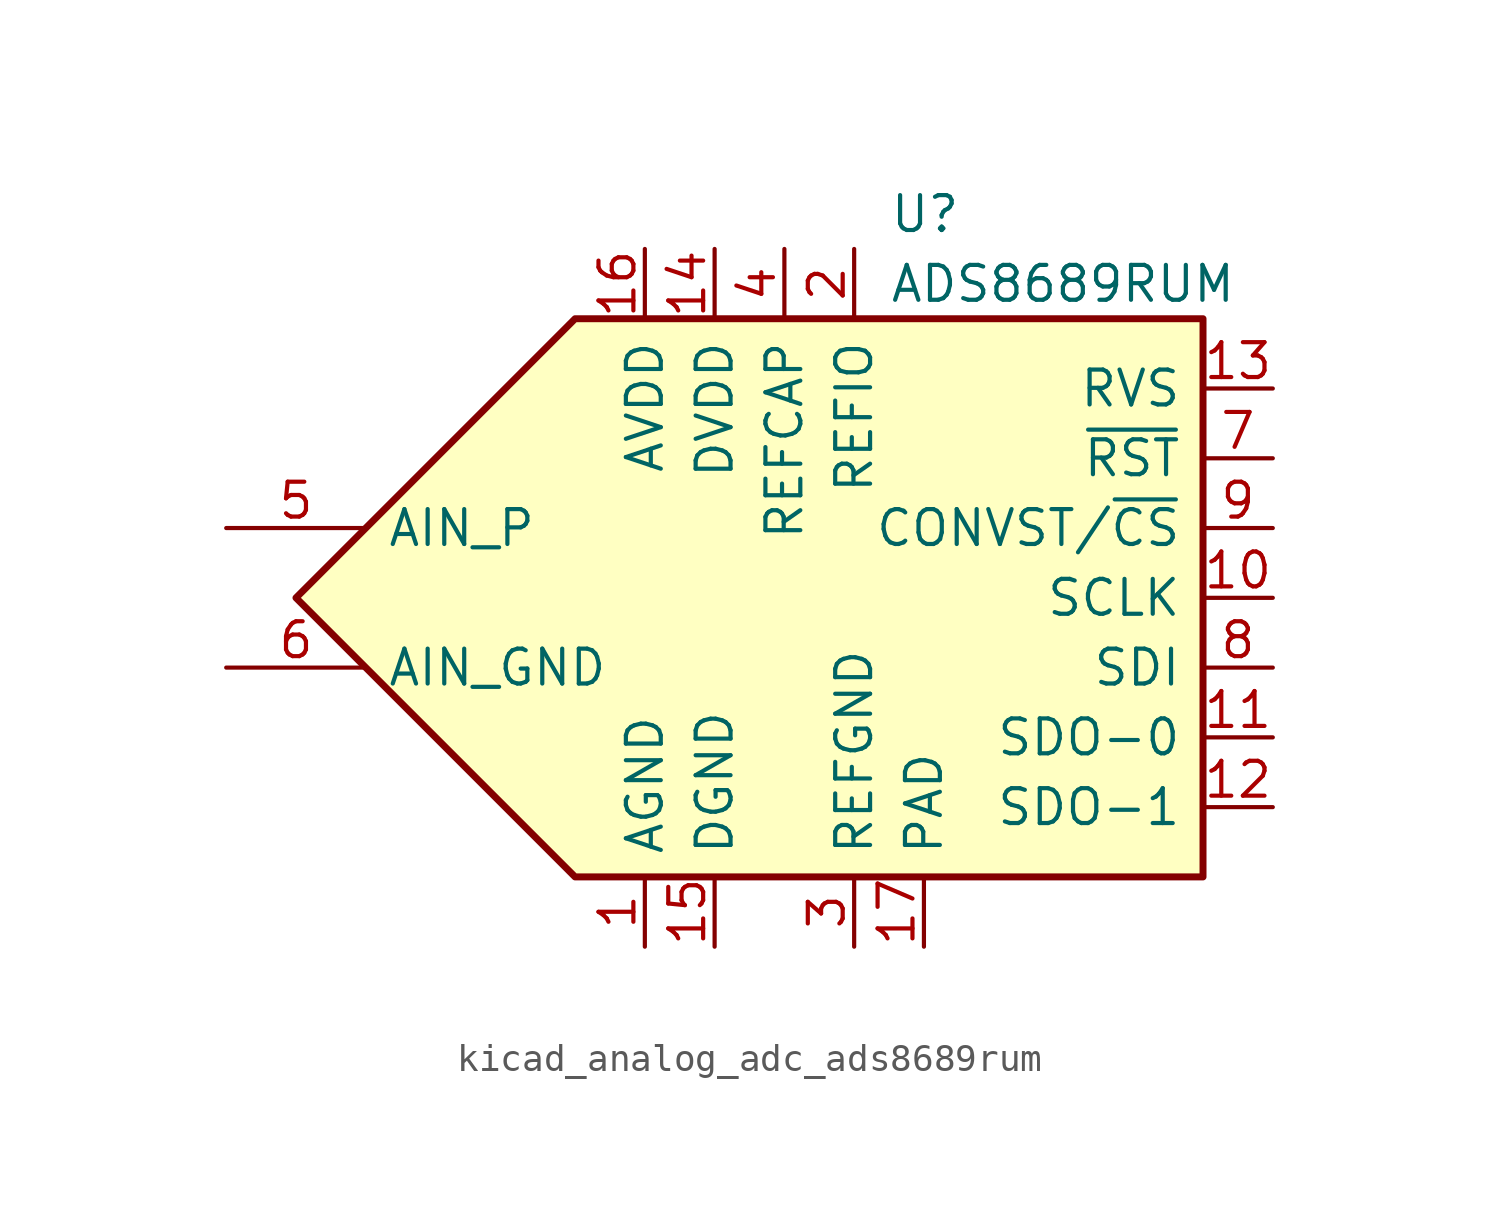
<source format=kicad_sym>
(kicad_symbol_lib
  (version 20220914)
  (generator kicad_symbol_editor)
  (symbol "kicad_analog_adc_ads8689rum"
    (pin_names
      (offset 0.762))
    (property "Reference" "U"
      (at 6.35 13.97 0)
      (effects (font (size 1.27 1.27)) (justify left)))
    (property "Value" "ADS8689RUM"
      (at 6.35 11.43 0)
      (effects (font (size 1.27 1.27)) (justify left)))
    (symbol "kicad_analog_adc_ads8689rum_0_1"
      (polyline (pts (xy -5.08 10.16) (xy 17.78 10.16) (xy 17.78 -10.16) (xy -5.08 -10.16) (xy -15.24 0) (xy -5.08 10.16)) (stroke (width 0.254) (type default)) (fill (type background))))
    (symbol "kicad_analog_adc_ads8689rum_1_1"
      (pin power_in line (at -2.54 -12.7 90) (length 2.54) (name "AGND" (effects (font (size 1.27 1.27)))) (number "1" (effects (font (size 1.27 1.27)))))
      (pin input line (at 20.32 0 180) (length 2.54) (name "SCLK" (effects (font (size 1.27 1.27)))) (number "10" (effects (font (size 1.27 1.27)))))
      (pin tri_state line (at 20.32 -5.08 180) (length 2.54) (name "SDO-0" (effects (font (size 1.27 1.27)))) (number "11" (effects (font (size 1.27 1.27)))))
      (pin tri_state line (at 20.32 -7.62 180) (length 2.54) (name "SDO-1" (effects (font (size 1.27 1.27)))) (number "12" (effects (font (size 1.27 1.27)))))
      (pin output line (at 20.32 7.62 180) (length 2.54) (name "RVS" (effects (font (size 1.27 1.27)))) (number "13" (effects (font (size 1.27 1.27)))))
      (pin power_in line (at 0 12.7 270) (length 2.54) (name "DVDD" (effects (font (size 1.27 1.27)))) (number "14" (effects (font (size 1.27 1.27)))))
      (pin power_in line (at 0 -12.7 90) (length 2.54) (name "DGND" (effects (font (size 1.27 1.27)))) (number "15" (effects (font (size 1.27 1.27)))))
      (pin power_in line (at -2.54 12.7 270) (length 2.54) (name "AVDD" (effects (font (size 1.27 1.27)))) (number "16" (effects (font (size 1.27 1.27)))))
      (pin power_in line (at 7.62 -12.7 90) (length 2.54) (name "PAD" (effects (font (size 1.27 1.27)))) (number "17" (effects (font (size 1.27 1.27)))))
      (pin passive line (at 5.08 12.7 270) (length 2.54) (name "REFIO" (effects (font (size 1.27 1.27)))) (number "2" (effects (font (size 1.27 1.27)))))
      (pin power_in line (at 5.08 -12.7 90) (length 2.54) (name "REFGND" (effects (font (size 1.27 1.27)))) (number "3" (effects (font (size 1.27 1.27)))))
      (pin power_in line (at 2.54 12.7 270) (length 2.54) (name "REFCAP" (effects (font (size 1.27 1.27)))) (number "4" (effects (font (size 1.27 1.27)))))
      (pin input line (at -17.78 2.54 0) (length 5.08) (name "AIN_P" (effects (font (size 1.27 1.27)))) (number "5" (effects (font (size 1.27 1.27)))))
      (pin input line (at -17.78 -2.54 0) (length 5.08) (name "AIN_GND" (effects (font (size 1.27 1.27)))) (number "6" (effects (font (size 1.27 1.27)))))
      (pin input line (at 20.32 5.08 180) (length 2.54) (name "~{RST}" (effects (font (size 1.27 1.27)))) (number "7" (effects (font (size 1.27 1.27)))))
      (pin input line (at 20.32 -2.54 180) (length 2.54) (name "SDI" (effects (font (size 1.27 1.27)))) (number "8" (effects (font (size 1.27 1.27)))))
      (pin input line (at 20.32 2.54 180) (length 2.54) (name "CONVST/~{CS}" (effects (font (size 1.27 1.27)))) (number "9" (effects (font (size 1.27 1.27))))))))
</source>
